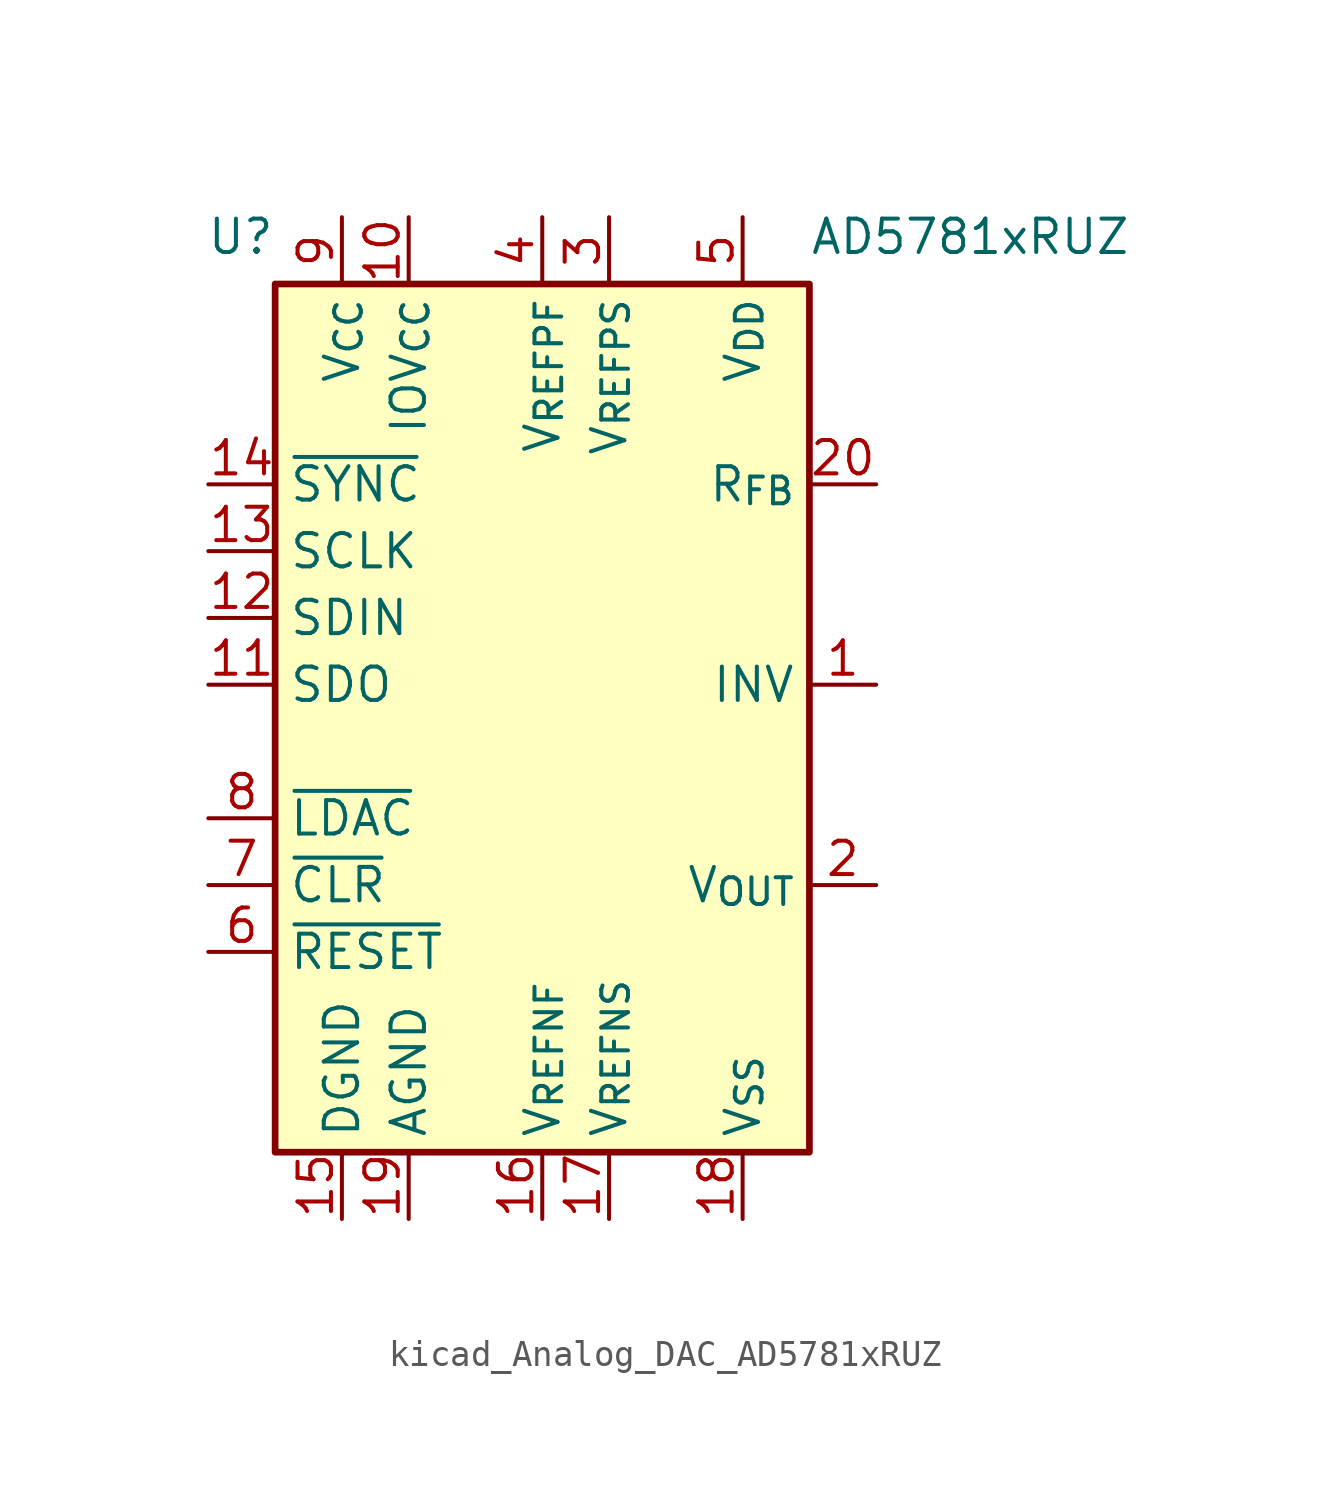
<source format=kicad_sym>
(kicad_symbol_lib
  (version 20220914)
  (generator kicad_symbol_editor)
  (symbol "kicad_Analog_DAC_AD5781xRUZ"
    (property "Reference" "U"
      (at -10.16 17.78 0)
      (effects (font (size 1.27 1.27)) (justify right top)))
    (property "Value" "AD5781xRUZ"
      (at 10.16 17.78 0)
      (effects (font (size 1.27 1.27)) (justify left top)))
    (symbol "kicad_Analog_DAC_AD5781xRUZ_1_1"
      (rectangle (start -10.16 15.24) (end 10.16 -17.78) (stroke (width 0.254) (type default)) (fill (type background)))
      (pin output line (at 12.7 0 180) (length 2.54) (name "INV" (effects (font (size 1.27 1.27)))) (number "1" (effects (font (size 1.27 1.27)))))
      (pin power_in line (at -5.08 17.78 270) (length 2.54) (name "IOV_{CC}" (effects (font (size 1.27 1.27)))) (number "10" (effects (font (size 1.27 1.27)))))
      (pin output line (at -12.7 0 0) (length 2.54) (name "SDO" (effects (font (size 1.27 1.27)))) (number "11" (effects (font (size 1.27 1.27)))))
      (pin input line (at -12.7 2.54 0) (length 2.54) (name "SDIN" (effects (font (size 1.27 1.27)))) (number "12" (effects (font (size 1.27 1.27)))))
      (pin input line (at -12.7 5.08 0) (length 2.54) (name "SCLK" (effects (font (size 1.27 1.27)))) (number "13" (effects (font (size 1.27 1.27)))))
      (pin input line (at -12.7 7.62 0) (length 2.54) (name "~{SYNC}" (effects (font (size 1.27 1.27)))) (number "14" (effects (font (size 1.27 1.27)))))
      (pin power_in line (at -7.62 -20.32 90) (length 2.54) (name "DGND" (effects (font (size 1.27 1.27)))) (number "15" (effects (font (size 1.27 1.27)))))
      (pin input line (at 0 -20.32 90) (length 2.54) (name "V_{REFNF}" (effects (font (size 1.27 1.27)))) (number "16" (effects (font (size 1.27 1.27)))))
      (pin output line (at 2.54 -20.32 90) (length 2.54) (name "V_{REFNS}" (effects (font (size 1.27 1.27)))) (number "17" (effects (font (size 1.27 1.27)))))
      (pin power_in line (at 7.62 -20.32 90) (length 2.54) (name "V_{SS}" (effects (font (size 1.27 1.27)))) (number "18" (effects (font (size 1.27 1.27)))))
      (pin power_in line (at -5.08 -20.32 90) (length 2.54) (name "AGND" (effects (font (size 1.27 1.27)))) (number "19" (effects (font (size 1.27 1.27)))))
      (pin output line (at 12.7 -7.62 180) (length 2.54) (name "V_{OUT}" (effects (font (size 1.27 1.27)))) (number "2" (effects (font (size 1.27 1.27)))))
      (pin passive line (at 12.7 7.62 180) (length 2.54) (name "R_{FB}" (effects (font (size 1.27 1.27)))) (number "20" (effects (font (size 1.27 1.27)))))
      (pin output line (at 2.54 17.78 270) (length 2.54) (name "V_{REFPS}" (effects (font (size 1.27 1.27)))) (number "3" (effects (font (size 1.27 1.27)))))
      (pin input line (at 0 17.78 270) (length 2.54) (name "V_{REFPF}" (effects (font (size 1.27 1.27)))) (number "4" (effects (font (size 1.27 1.27)))))
      (pin power_in line (at 7.62 17.78 270) (length 2.54) (name "V_{DD}" (effects (font (size 1.27 1.27)))) (number "5" (effects (font (size 1.27 1.27)))))
      (pin input line (at -12.7 -10.16 0) (length 2.54) (name "~{RESET}" (effects (font (size 1.27 1.27)))) (number "6" (effects (font (size 1.27 1.27)))))
      (pin input line (at -12.7 -7.62 0) (length 2.54) (name "~{CLR}" (effects (font (size 1.27 1.27)))) (number "7" (effects (font (size 1.27 1.27)))))
      (pin input line (at -12.7 -5.08 0) (length 2.54) (name "~{LDAC}" (effects (font (size 1.27 1.27)))) (number "8" (effects (font (size 1.27 1.27)))))
      (pin power_in line (at -7.62 17.78 270) (length 2.54) (name "V_{CC}" (effects (font (size 1.27 1.27)))) (number "9" (effects (font (size 1.27 1.27))))))))
</source>
